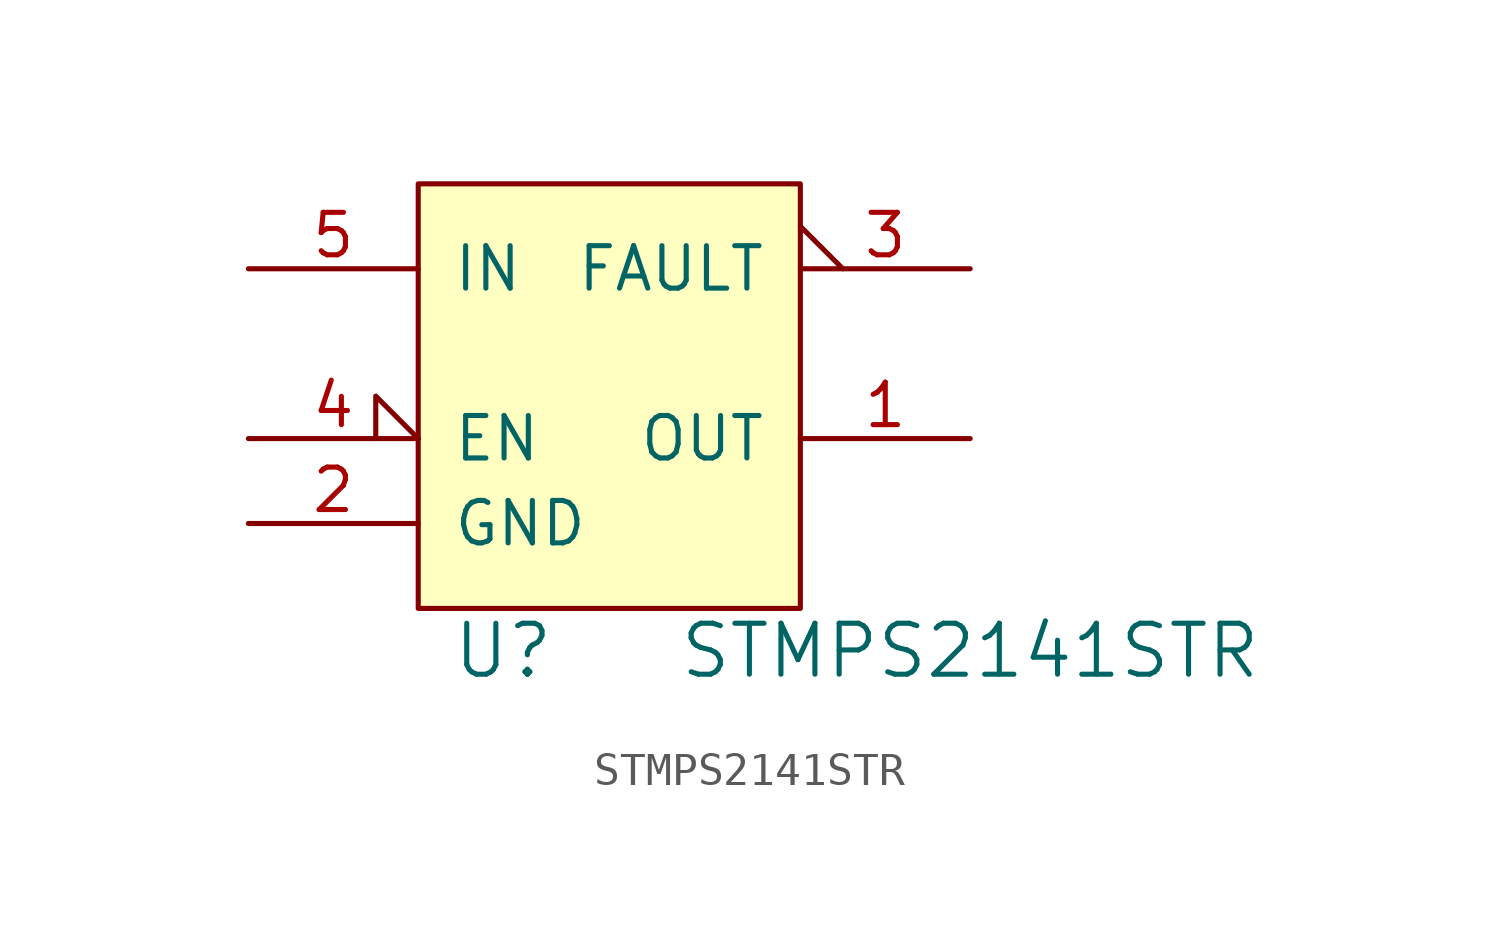
<source format=kicad_sym>
(kicad_symbol_lib
  (version 20231120)
  (generator "kicad_symbol_editor")
  (generator_version "8.0")
  (symbol "STMPS2141STR"
    (pin_names
      (offset 1.016))
    (property "Reference" "U"
      (at 2.54 -1.27 0)
      (effects (font (size 1.524 1.524))))
    (property "Value" "STMPS2141STR"
      (at 16.51 -1.27 0)
      (effects (font (size 1.524 1.524))))
    (property "Footprint" ""
      (at 0 0 0)
      (effects (font (size 1.524 1.524))))
    (property "Datasheet" ""
      (at 0 0 0)
      (effects (font (size 1.524 1.524))))
    (symbol "STMPS2141STR_0_1"
      (rectangle (start 0 0) (end 11.43 12.7) (stroke (width 0) (type default)) (fill (type background))))
    (symbol "STMPS2141STR_1_1"
      (pin power_out line (at 16.51 5.08 180) (length 5.08) (name "OUT" (effects (font (size 1.27 1.27)))) (number "1" (effects (font (size 1.27 1.27)))))
      (pin power_out line (at -5.08 2.54 0) (length 5.08) (name "GND" (effects (font (size 1.27 1.27)))) (number "2" (effects (font (size 1.27 1.27)))))
      (pin output output_low (at 16.51 10.16 180) (length 5.08) (name "FAULT" (effects (font (size 1.27 1.27)))) (number "3" (effects (font (size 1.27 1.27)))))
      (pin input input_low (at -5.08 5.08 0) (length 5.08) (name "EN" (effects (font (size 1.27 1.27)))) (number "4" (effects (font (size 1.27 1.27)))))
      (pin power_in line (at -5.08 10.16 0) (length 5.08) (name "IN" (effects (font (size 1.27 1.27)))) (number "5" (effects (font (size 1.27 1.27))))))))
</source>
